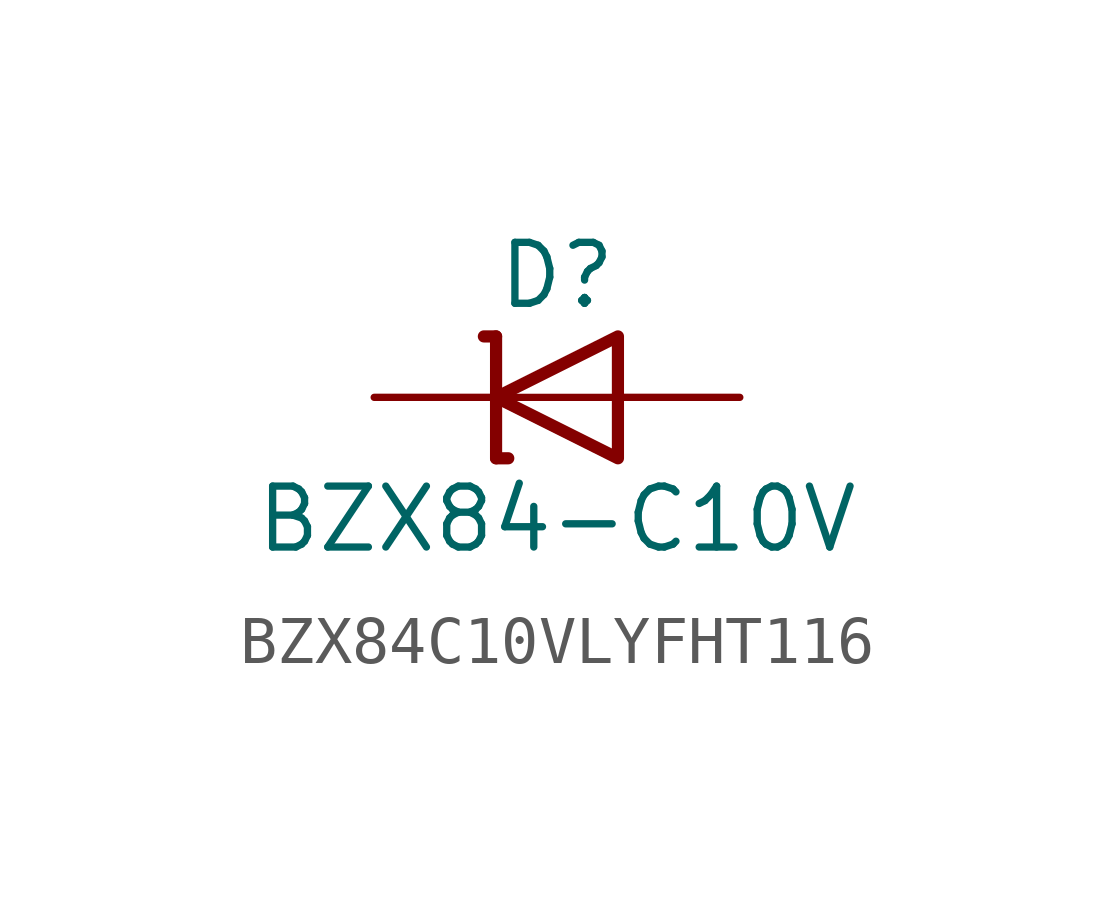
<source format=kicad_sym>
(kicad_symbol_lib
  (version 20231120)
  (generator "kicad_symbol_editor")
  (generator_version "8.0")
  (symbol "BZX84C10VLYFHT116"
    (pin_numbers hide)
    (pin_names
      (offset 1.016) hide)
    (property "Reference" "D"
      (at 0 2.54 0)
      (effects (font (size 1.27 1.27))))
    (property "Value" "BZX84-C10V"
      (at 0 -2.54 0)
      (effects (font (size 1.27 1.27))))
    (symbol "BZX84C10VLYFHT116_0_0"
      (polyline (pts (xy -1.27 0) (xy 1.27 0)) (stroke (width 0.152) (type default)) (fill (type none))))
    (symbol "BZX84C10VLYFHT116_0_1"
      (polyline (pts (xy -1.524 1.27) (xy -1.27 1.27)) (stroke (width 0.254) (type default)) (fill (type none)))
      (polyline (pts (xy -1.27 -1.27) (xy -1.016 -1.27)) (stroke (width 0.254) (type default)) (fill (type none)))
      (polyline (pts (xy -1.27 1.27) (xy -1.27 -1.27)) (stroke (width 0.254) (type default)) (fill (type none)))
      (polyline (pts (xy 1.27 1.27) (xy 1.27 -1.27) (xy -1.27 0) (xy 1.27 1.27)) (stroke (width 0.254) (type default)) (fill (type none))))
    (symbol "BZX84C10VLYFHT116_1_1"
      (pin passive line (at 3.81 0 180) (length 2.54) (name "A" (effects (font (size 1.27 1.27)))) (number "1" (effects (font (size 1.27 1.27)))))
      (pin passive line (at -3.81 0 0) (length 2.54) (name "C" (effects (font (size 1.27 1.27)))) (number "3" (effects (font (size 1.27 1.27))))))))
</source>
